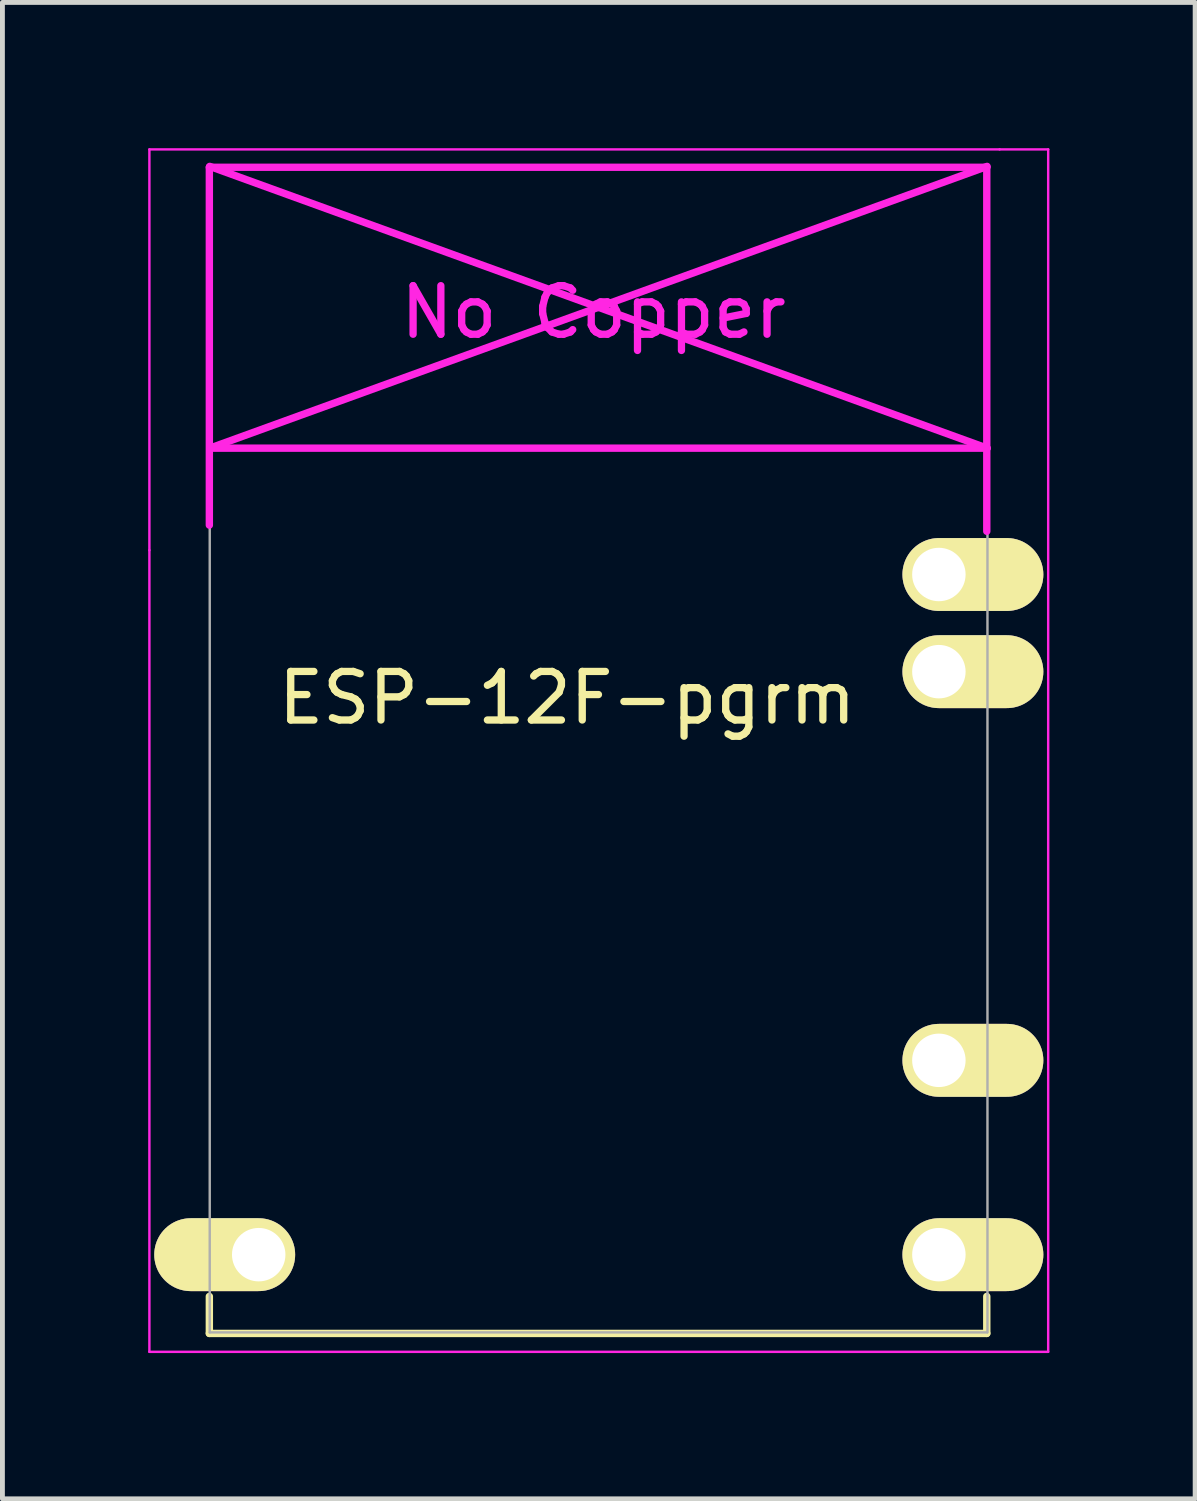
<source format=kicad_pcb>
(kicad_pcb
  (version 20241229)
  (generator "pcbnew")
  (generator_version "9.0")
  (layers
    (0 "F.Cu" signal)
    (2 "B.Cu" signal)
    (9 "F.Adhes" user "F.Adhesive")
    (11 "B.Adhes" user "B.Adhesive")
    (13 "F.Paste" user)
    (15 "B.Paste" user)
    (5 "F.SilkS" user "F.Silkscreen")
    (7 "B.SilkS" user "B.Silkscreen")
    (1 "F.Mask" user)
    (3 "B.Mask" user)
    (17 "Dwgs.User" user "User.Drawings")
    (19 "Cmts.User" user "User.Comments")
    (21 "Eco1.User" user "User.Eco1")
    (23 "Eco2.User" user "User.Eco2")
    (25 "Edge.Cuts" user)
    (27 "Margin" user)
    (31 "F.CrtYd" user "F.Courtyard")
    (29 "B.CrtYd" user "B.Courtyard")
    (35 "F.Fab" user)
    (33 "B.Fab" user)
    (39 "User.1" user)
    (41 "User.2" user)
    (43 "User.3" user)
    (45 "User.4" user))
  (footprint "ESP-12F-pgrm"
    (layer "F.Cu")
    (at 2.275 8.775)
    (property "Reference" "ESP-12F-pgrm" (at 6.35 2.54 0) (layer "F.SilkS") (effects (font (size 1 1) (thickness 0.15))))
    (attr through_hole)
    (fp_line (start -1.016 14.859) (end -1.016 15.621) (stroke (width 0.152) (type solid)) (layer "F.SilkS"))
    (fp_line (start -1.016 15.621) (end 14.986 15.621) (stroke (width 0.152) (type solid)) (layer "F.SilkS"))
    (fp_line (start 14.986 15.621) (end 14.986 14.859) (stroke (width 0.152) (type solid)) (layer "F.SilkS"))
    (fp_line (start -2.25 -8.75) (end 15.25 -8.75) (stroke (width 0.05) (type solid)) (layer "F.CrtYd"))
    (fp_line (start -2.25 -0.5) (end -2.25 -8.75) (stroke (width 0.05) (type solid)) (layer "F.CrtYd"))
    (fp_line (start -2.25 16) (end -2.25 -0.5) (stroke (width 0.05) (type solid)) (layer "F.CrtYd"))
    (fp_line (start -1.016 -8.382) (end -1.016 -1.016) (stroke (width 0.152) (type solid)) (layer "F.CrtYd"))
    (fp_line (start -1.016 -8.382) (end 14.986 -8.382) (stroke (width 0.152) (type solid)) (layer "F.CrtYd"))
    (fp_line (start -1.008 -8.4) (end 14.992 -2.6) (stroke (width 0.152) (type solid)) (layer "F.CrtYd"))
    (fp_line (start -1.008 -2.6) (end 14.992 -2.6) (stroke (width 0.152) (type solid)) (layer "F.CrtYd"))
    (fp_line (start 14.986 -8.382) (end 14.986 -0.889) (stroke (width 0.152) (type solid)) (layer "F.CrtYd"))
    (fp_line (start 14.992 -8.4) (end -1.008 -2.6) (stroke (width 0.152) (type solid)) (layer "F.CrtYd"))
    (fp_line (start 15.25 -8.75) (end 16.25 -8.75) (stroke (width 0.05) (type solid)) (layer "F.CrtYd"))
    (fp_line (start 16.25 -8.75) (end 16.25 16) (stroke (width 0.05) (type solid)) (layer "F.CrtYd"))
    (fp_line (start 16.25 16) (end -2.25 16) (stroke (width 0.05) (type solid)) (layer "F.CrtYd"))
    (fp_line (start -1.008 -8.4) (end 14.992 -8.4) (stroke (width 0.05) (type solid)) (layer "F.Fab"))
    (fp_line (start -1.008 15.6) (end -1.008 -8.4) (stroke (width 0.05) (type solid)) (layer "F.Fab"))
    (fp_line (start 14.992 15.6) (end -1.008 15.6) (stroke (width 0.05) (type solid)) (layer "F.Fab"))
    (fp_line (start 15 -8.4) (end 15 15.6) (stroke (width 0.05) (type solid)) (layer "F.Fab"))
    (fp_text user "No Copper" (at 6.892 -5.4 0) (layer "F.CrtYd") (effects (font (size 1 1) (thickness 0.15))))
    (pad "8" thru_hole oval (at 0 14) (size 2.9 1.5) (drill 1.1 (offset -0.7 0)) (layers "*.Cu" "*.Mask" "F.SilkS"))
    (pad "9" thru_hole oval (at 14 14) (size 2.9 1.5) (drill 1.1 (offset 0.7 0)) (layers "*.Cu" "*.Mask" "F.SilkS"))
    (pad "11" thru_hole oval (at 14 10) (size 2.9 1.5) (drill 1.1 (offset 0.7 0)) (layers "*.Cu" "*.Mask" "F.SilkS"))
    (pad "15" thru_hole oval (at 14 2) (size 2.9 1.5) (drill 1.1 (offset 0.7 0)) (layers "*.Cu" "*.Mask" "F.SilkS"))
    (pad "16" thru_hole oval (at 14 0) (size 2.9 1.5) (drill 1.1 (offset 0.7 0)) (layers "*.Cu" "*.Mask" "F.SilkS")))
  (gr_rect
    (start -3 -3)
    (end 21.55 27.8)
    (stroke (width 0.1) (type default))
    (fill no)
    (layer "Edge.Cuts")))
</source>
